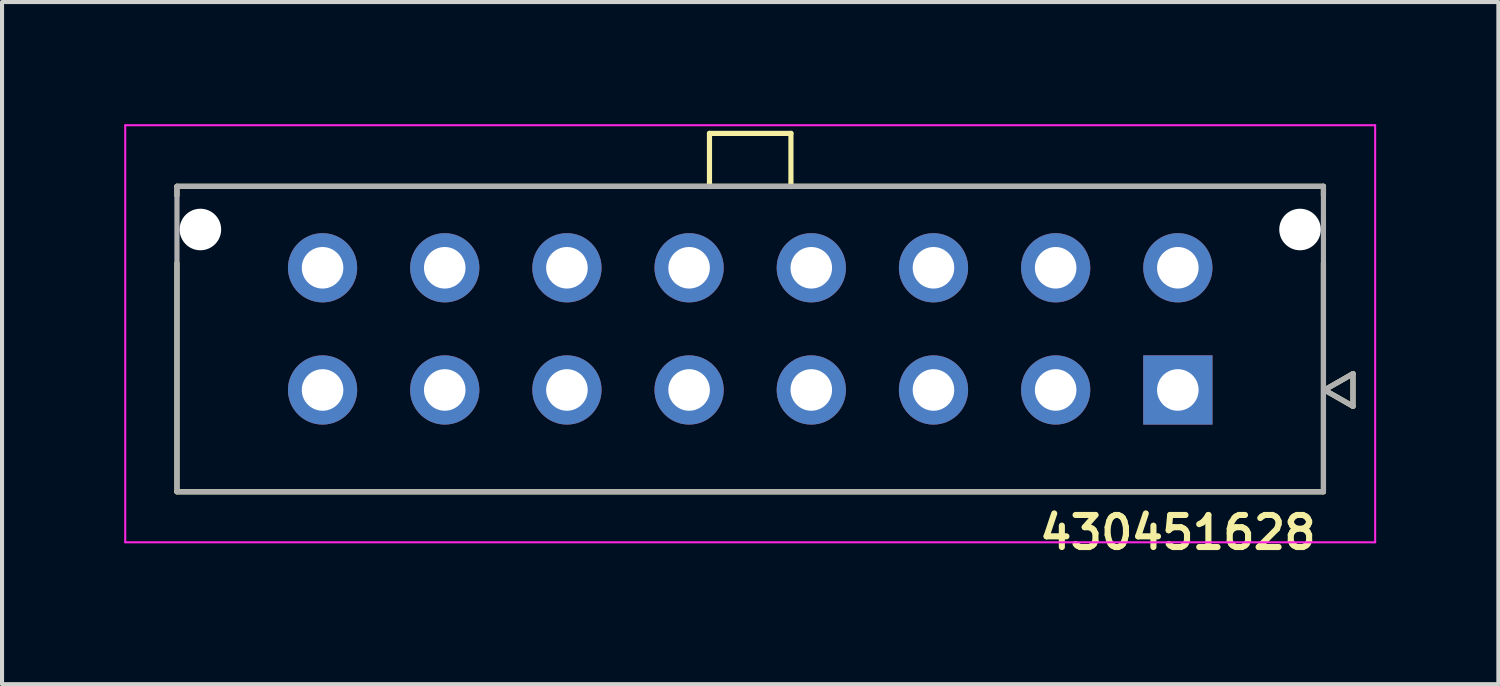
<source format=kicad_pcb>
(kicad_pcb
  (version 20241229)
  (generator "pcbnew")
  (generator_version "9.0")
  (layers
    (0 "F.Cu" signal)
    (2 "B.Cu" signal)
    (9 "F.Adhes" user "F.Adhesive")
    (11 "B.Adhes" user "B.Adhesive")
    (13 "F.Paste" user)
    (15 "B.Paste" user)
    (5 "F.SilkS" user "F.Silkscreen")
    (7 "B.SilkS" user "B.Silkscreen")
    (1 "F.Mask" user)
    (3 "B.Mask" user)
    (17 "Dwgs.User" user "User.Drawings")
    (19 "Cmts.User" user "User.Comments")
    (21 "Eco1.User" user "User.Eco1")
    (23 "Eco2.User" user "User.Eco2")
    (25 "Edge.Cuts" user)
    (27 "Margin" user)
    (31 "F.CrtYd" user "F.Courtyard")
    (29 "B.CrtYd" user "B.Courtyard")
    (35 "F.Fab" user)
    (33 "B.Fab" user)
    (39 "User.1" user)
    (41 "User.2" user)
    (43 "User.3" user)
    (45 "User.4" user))
  (footprint "430451628"
    (layer "F.Cu")
    (at 15.37 5.025)
    (property "Reference" "430451628" (at 10.5 5 0) (layer "F.SilkS") (effects (font (size 0.787 0.787) (thickness 0.15))))
    (attr through_hole)
    (fp_line (start -14.075 -3.5) (end 14.075 -3.5) (stroke (width 0.127) (type solid)) (layer "F.SilkS"))
    (fp_line (start -14.075 -3.27) (end -14.075 -3.5) (stroke (width 0.127) (type solid)) (layer "F.SilkS"))
    (fp_line (start -14.075 4) (end -14.075 -1.61) (stroke (width 0.127) (type solid)) (layer "F.SilkS"))
    (fp_line (start -1 -4.8) (end -1 -3.495) (stroke (width 0.127) (type solid)) (layer "F.SilkS"))
    (fp_line (start -1 -4.8) (end 1 -4.8) (stroke (width 0.127) (type solid)) (layer "F.SilkS"))
    (fp_line (start 1 -4.8) (end 1 -3.495) (stroke (width 0.127) (type solid)) (layer "F.SilkS"))
    (fp_line (start 14.075 -3.5) (end 14.075 -3.27) (stroke (width 0.127) (type solid)) (layer "F.SilkS"))
    (fp_line (start 14.075 -1.61) (end 14.075 4) (stroke (width 0.127) (type solid)) (layer "F.SilkS"))
    (fp_line (start 14.075 4) (end -14.075 4) (stroke (width 0.127) (type solid)) (layer "F.SilkS"))
    (fp_line (start 14.1 1.5) (end 14.8 1.9) (stroke (width 0.127) (type solid)) (layer "F.SilkS"))
    (fp_line (start 14.8 1.1) (end 14.1 1.5) (stroke (width 0.127) (type solid)) (layer "F.SilkS"))
    (fp_line (start 14.8 1.9) (end 14.8 1.1) (stroke (width 0.127) (type solid)) (layer "F.SilkS"))
    (fp_line (start -15.345 -5) (end 15.345 -5) (stroke (width 0.05) (type solid)) (layer "F.CrtYd"))
    (fp_line (start -15.345 5.24) (end -15.345 -5) (stroke (width 0.05) (type solid)) (layer "F.CrtYd"))
    (fp_line (start 15.345 -5) (end 15.345 5.24) (stroke (width 0.05) (type solid)) (layer "F.CrtYd"))
    (fp_line (start 15.345 5.24) (end -15.345 5.24) (stroke (width 0.05) (type solid)) (layer "F.CrtYd"))
    (fp_line (start -14.075 -3.5) (end -14.075 3.97) (stroke (width 0.127) (type solid)) (layer "F.Fab"))
    (fp_line (start -14.075 4) (end 14.075 4) (stroke (width 0.127) (type solid)) (layer "F.Fab"))
    (fp_line (start 14.075 -3.5) (end -14.075 -3.5) (stroke (width 0.127) (type solid)) (layer "F.Fab"))
    (fp_line (start 14.075 3.97) (end 14.075 -3.5) (stroke (width 0.127) (type solid)) (layer "F.Fab"))
    (fp_line (start 14.1 1.5) (end 14.8 1.9) (stroke (width 0.127) (type solid)) (layer "F.Fab"))
    (fp_line (start 14.8 1.1) (end 14.1 1.5) (stroke (width 0.127) (type solid)) (layer "F.Fab"))
    (fp_line (start 14.8 1.9) (end 14.8 1.1) (stroke (width 0.127) (type solid)) (layer "F.Fab"))
    (pad "" np_thru_hole circle (at -13.5 -2.44) (size 1.02 1.02) (drill 1.02) (layers "*.Cu" "*.Mask"))
    (pad "" np_thru_hole circle (at 13.5 -2.44) (size 1.02 1.02) (drill 1.02) (layers "*.Cu" "*.Mask"))
    (pad "1" thru_hole rect (at 10.5 1.5) (size 1.7 1.7) (drill 1.02) (layers "*.Cu" "*.Mask"))
    (pad "2" thru_hole circle (at 7.5 1.5) (size 1.7 1.7) (drill 1.02) (layers "*.Cu" "*.Mask"))
    (pad "3" thru_hole circle (at 4.5 1.5) (size 1.7 1.7) (drill 1.02) (layers "*.Cu" "*.Mask"))
    (pad "4" thru_hole circle (at 1.5 1.5) (size 1.7 1.7) (drill 1.02) (layers "*.Cu" "*.Mask"))
    (pad "5" thru_hole circle (at -1.5 1.5) (size 1.7 1.7) (drill 1.02) (layers "*.Cu" "*.Mask"))
    (pad "6" thru_hole circle (at -4.5 1.5) (size 1.7 1.7) (drill 1.02) (layers "*.Cu" "*.Mask"))
    (pad "7" thru_hole circle (at -7.5 1.5) (size 1.7 1.7) (drill 1.02) (layers "*.Cu" "*.Mask"))
    (pad "8" thru_hole circle (at -10.5 1.5) (size 1.7 1.7) (drill 1.02) (layers "*.Cu" "*.Mask"))
    (pad "9" thru_hole circle (at 10.5 -1.5) (size 1.7 1.7) (drill 1.02) (layers "*.Cu" "*.Mask"))
    (pad "10" thru_hole circle (at 7.5 -1.5) (size 1.7 1.7) (drill 1.02) (layers "*.Cu" "*.Mask"))
    (pad "11" thru_hole circle (at 4.5 -1.5) (size 1.7 1.7) (drill 1.02) (layers "*.Cu" "*.Mask"))
    (pad "12" thru_hole circle (at 1.5 -1.5) (size 1.7 1.7) (drill 1.02) (layers "*.Cu" "*.Mask"))
    (pad "13" thru_hole circle (at -1.5 -1.5) (size 1.7 1.7) (drill 1.02) (layers "*.Cu" "*.Mask"))
    (pad "14" thru_hole circle (at -4.5 -1.5) (size 1.7 1.7) (drill 1.02) (layers "*.Cu" "*.Mask"))
    (pad "15" thru_hole circle (at -7.5 -1.5) (size 1.7 1.7) (drill 1.02) (layers "*.Cu" "*.Mask"))
    (pad "16" thru_hole circle (at -10.5 -1.5) (size 1.7 1.7) (drill 1.02) (layers "*.Cu" "*.Mask")))
  (gr_rect
    (start -3 -3)
    (end 33.74 13.749)
    (stroke (width 0.1) (type default))
    (fill no)
    (layer "Edge.Cuts")))
</source>
